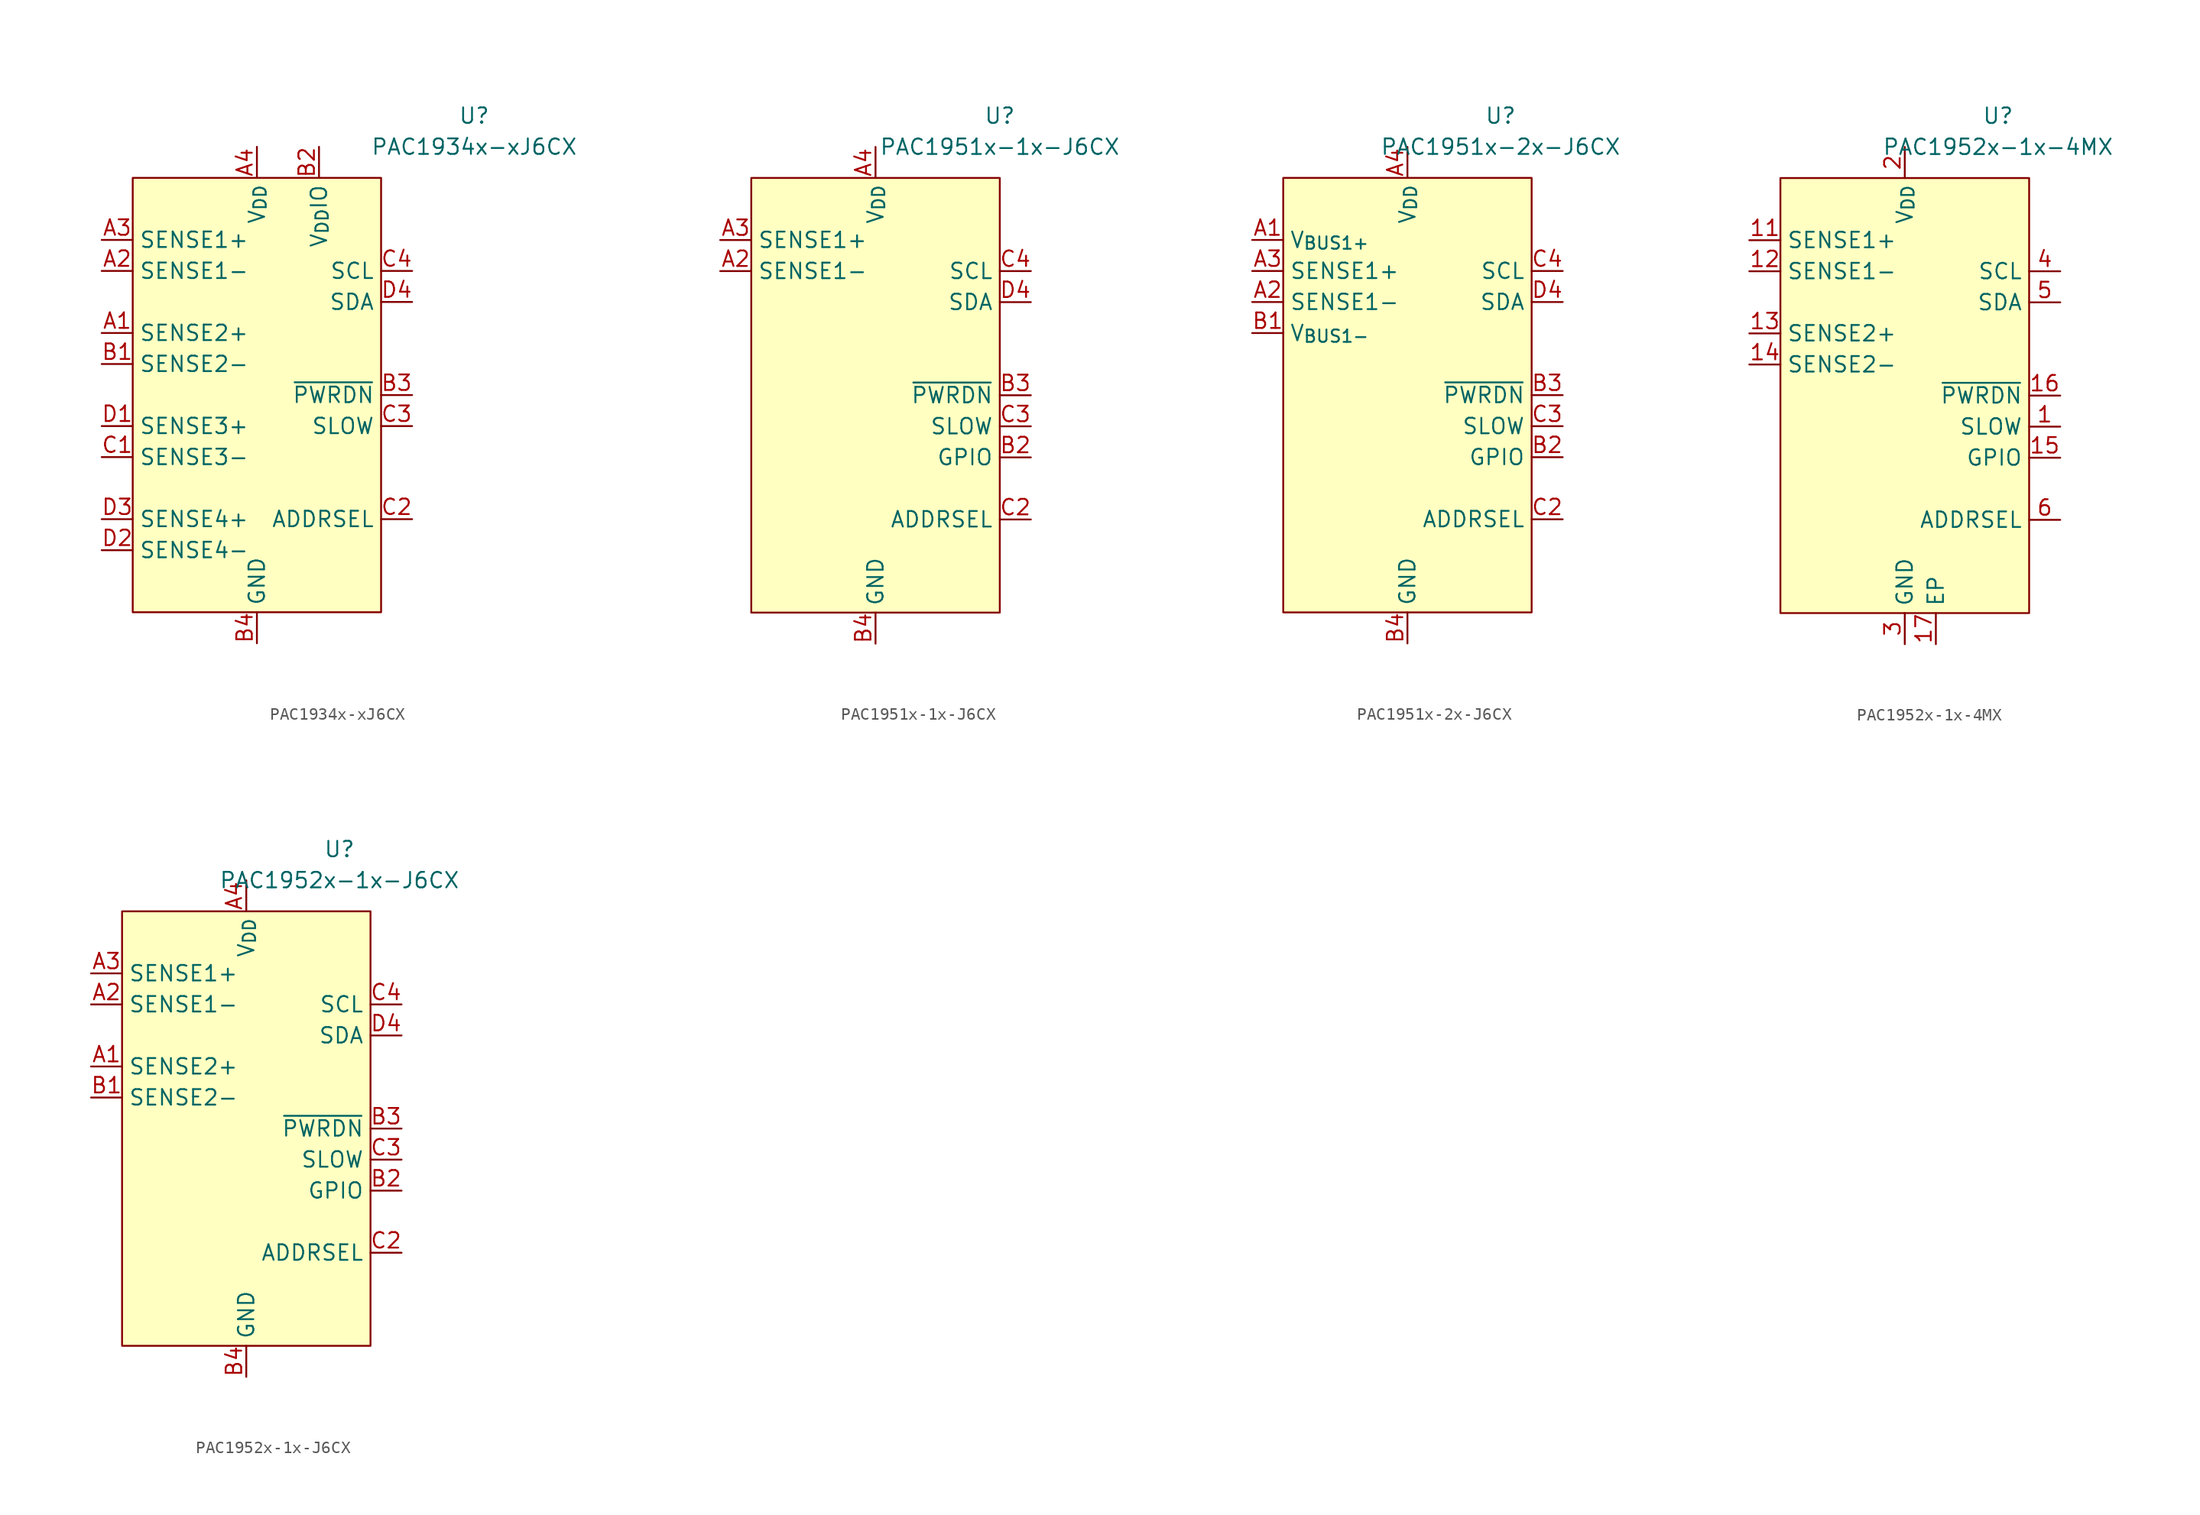
<source format=kicad_sym>
(kicad_symbol_lib
  (version 20220914)
  (generator kicad_symbol_editor)
  (symbol "PAC1934x-xJ6CX"
    (property "Reference" "U"
      (at 17.78 22.86 0)
      (effects (font (size 1.27 1.27))))
    (property "Value" "PAC1934x-xJ6CX"
      (at 17.78 20.32 0)
      (effects (font (size 1.27 1.27))))
    (symbol "PAC1934x-xJ6CX_0_0"
      (pin input line (at -12.7 5.08 0) (length 2.54) (name "SENSE2+" (effects (font (size 1.27 1.27)))) (number "A1" (effects (font (size 1.27 1.27)))))
      (pin input line (at -12.7 10.16 0) (length 2.54) (name "SENSE1-" (effects (font (size 1.27 1.27)))) (number "A2" (effects (font (size 1.27 1.27)))))
      (pin input line (at -12.7 12.7 0) (length 2.54) (name "SENSE1+" (effects (font (size 1.27 1.27)))) (number "A3" (effects (font (size 1.27 1.27)))))
      (pin power_in line (at 0 20.32 270) (length 2.54) (name "V_{DD}" (effects (font (size 1.27 1.27)))) (number "A4" (effects (font (size 1.27 1.27)))))
      (pin input line (at -12.7 2.54 0) (length 2.54) (name "SENSE2-" (effects (font (size 1.27 1.27)))) (number "B1" (effects (font (size 1.27 1.27)))))
      (pin input line (at 5.08 20.32 270) (length 2.54) (name "V_{DD}IO" (effects (font (size 1.27 1.27)))) (number "B2" (effects (font (size 1.27 1.27)))))
      (pin input line (at 12.7 0 180) (length 2.54) (name "~{PWRDN}" (effects (font (size 1.27 1.27)))) (number "B3" (effects (font (size 1.27 1.27)))))
      (pin power_in line (at 0 -20.32 90) (length 2.54) (name "GND" (effects (font (size 1.27 1.27)))) (number "B4" (effects (font (size 1.27 1.27)))))
      (pin input line (at -12.7 -5.08 0) (length 2.54) (name "SENSE3-" (effects (font (size 1.27 1.27)))) (number "C1" (effects (font (size 1.27 1.27)))))
      (pin passive line (at 12.7 -10.16 180) (length 2.54) (name "ADDRSEL" (effects (font (size 1.27 1.27)))) (number "C2" (effects (font (size 1.27 1.27)))))
      (pin input line (at 12.7 -2.54 180) (length 2.54) (name "SLOW" (effects (font (size 1.27 1.27)))) (number "C3" (effects (font (size 1.27 1.27)))) (alternate "~{ALERT1}" open_collector line))
      (pin input line (at 12.7 10.16 180) (length 2.54) (name "SCL" (effects (font (size 1.27 1.27)))) (number "C4" (effects (font (size 1.27 1.27)))) (alternate "SM_CLK" input line))
      (pin input line (at -12.7 -2.54 0) (length 2.54) (name "SENSE3+" (effects (font (size 1.27 1.27)))) (number "D1" (effects (font (size 1.27 1.27)))))
      (pin input line (at -12.7 -12.7 0) (length 2.54) (name "SENSE4-" (effects (font (size 1.27 1.27)))) (number "D2" (effects (font (size 1.27 1.27)))))
      (pin input line (at -12.7 -10.16 0) (length 2.54) (name "SENSE4+" (effects (font (size 1.27 1.27)))) (number "D3" (effects (font (size 1.27 1.27)))))
      (pin bidirectional line (at 12.7 7.62 180) (length 2.54) (name "SDA" (effects (font (size 1.27 1.27)))) (number "D4" (effects (font (size 1.27 1.27)))) (alternate "SM_DATA" bidirectional line)))
    (symbol "PAC1934x-xJ6CX_0_1"
      (rectangle (start -10.16 17.78) (end 10.16 -17.78) (stroke (width 0) (type default)) (fill (type background)))))
  (symbol "PAC1951x-1x-J6CX"
    (property "Reference" "U"
      (at 10.16 22.86 0)
      (effects (font (size 1.27 1.27))))
    (property "Value" "PAC1951x-1x-J6CX"
      (at 10.16 20.32 0)
      (effects (font (size 1.27 1.27))))
    (symbol "PAC1951x-1x-J6CX_0_0"
      (pin passive line (at 0 -20.32 90) (length 2.54) hide (name "GND" (effects (font (size 1.27 1.27)))) (number "A1" (effects (font (size 1.27 1.27)))))
      (pin input line (at -12.7 10.16 0) (length 2.54) (name "SENSE1-" (effects (font (size 1.27 1.27)))) (number "A2" (effects (font (size 1.27 1.27)))))
      (pin input line (at -12.7 12.7 0) (length 2.54) (name "SENSE1+" (effects (font (size 1.27 1.27)))) (number "A3" (effects (font (size 1.27 1.27)))))
      (pin power_in line (at 0 20.32 270) (length 2.54) (name "V_{DD}" (effects (font (size 1.27 1.27)))) (number "A4" (effects (font (size 1.27 1.27)))))
      (pin passive line (at 0 -20.32 90) (length 2.54) hide (name "GND" (effects (font (size 1.27 1.27)))) (number "B1" (effects (font (size 1.27 1.27)))))
      (pin bidirectional line (at 12.7 -5.08 180) (length 2.54) (name "GPIO" (effects (font (size 1.27 1.27)))) (number "B2" (effects (font (size 1.27 1.27)))) (alternate "~{ALERT2}" open_collector line))
      (pin input line (at 12.7 0 180) (length 2.54) (name "~{PWRDN}" (effects (font (size 1.27 1.27)))) (number "B3" (effects (font (size 1.27 1.27)))))
      (pin power_in line (at 0 -20.32 90) (length 2.54) (name "GND" (effects (font (size 1.27 1.27)))) (number "B4" (effects (font (size 1.27 1.27)))))
      (pin passive line (at 0 -20.32 90) (length 2.54) hide (name "GND" (effects (font (size 1.27 1.27)))) (number "C1" (effects (font (size 1.27 1.27)))))
      (pin passive line (at 12.7 -10.16 180) (length 2.54) (name "ADDRSEL" (effects (font (size 1.27 1.27)))) (number "C2" (effects (font (size 1.27 1.27)))))
      (pin input line (at 12.7 -2.54 180) (length 2.54) (name "SLOW" (effects (font (size 1.27 1.27)))) (number "C3" (effects (font (size 1.27 1.27)))) (alternate "GPIO" bidirectional line) (alternate "~{ALERT1}" open_collector line))
      (pin input line (at 12.7 10.16 180) (length 2.54) (name "SCL" (effects (font (size 1.27 1.27)))) (number "C4" (effects (font (size 1.27 1.27)))) (alternate "SM_CLK" input line))
      (pin passive line (at 0 -20.32 90) (length 2.54) hide (name "GND" (effects (font (size 1.27 1.27)))) (number "D1" (effects (font (size 1.27 1.27)))))
      (pin passive line (at 0 -20.32 90) (length 2.54) hide (name "GND" (effects (font (size 1.27 1.27)))) (number "D2" (effects (font (size 1.27 1.27)))))
      (pin passive line (at 0 -20.32 90) (length 2.54) hide (name "GND" (effects (font (size 1.27 1.27)))) (number "D3" (effects (font (size 1.27 1.27)))))
      (pin bidirectional line (at 12.7 7.62 180) (length 2.54) (name "SDA" (effects (font (size 1.27 1.27)))) (number "D4" (effects (font (size 1.27 1.27)))) (alternate "SM_DATA" bidirectional line)))
    (symbol "PAC1951x-1x-J6CX_0_1"
      (rectangle (start -10.16 17.78) (end 10.16 -17.78) (stroke (width 0) (type default)) (fill (type background)))))
  (symbol "PAC1951x-2x-J6CX"
    (property "Reference" "U"
      (at 7.62 22.86 0)
      (effects (font (size 1.27 1.27))))
    (property "Value" "PAC1951x-2x-J6CX"
      (at 7.62 20.32 0)
      (effects (font (size 1.27 1.27))))
    (symbol "PAC1951x-2x-J6CX_0_0"
      (pin input line (at -12.7 12.7 0) (length 2.54) (name "V_{BUS1+}" (effects (font (size 1.27 1.27)))) (number "A1" (effects (font (size 1.27 1.27)))))
      (pin input line (at -12.7 7.62 0) (length 2.54) (name "SENSE1-" (effects (font (size 1.27 1.27)))) (number "A2" (effects (font (size 1.27 1.27)))))
      (pin input line (at -12.7 10.16 0) (length 2.54) (name "SENSE1+" (effects (font (size 1.27 1.27)))) (number "A3" (effects (font (size 1.27 1.27)))))
      (pin power_in line (at 0 20.32 270) (length 2.54) (name "V_{DD}" (effects (font (size 1.27 1.27)))) (number "A4" (effects (font (size 1.27 1.27)))))
      (pin input line (at -12.7 5.08 0) (length 2.54) (name "V_{BUS1-}" (effects (font (size 1.27 1.27)))) (number "B1" (effects (font (size 1.27 1.27)))))
      (pin bidirectional line (at 12.7 -5.08 180) (length 2.54) (name "GPIO" (effects (font (size 1.27 1.27)))) (number "B2" (effects (font (size 1.27 1.27)))) (alternate "~{ALERT2}" open_collector line))
      (pin input line (at 12.7 0 180) (length 2.54) (name "~{PWRDN}" (effects (font (size 1.27 1.27)))) (number "B3" (effects (font (size 1.27 1.27)))))
      (pin power_in line (at 0 -20.32 90) (length 2.54) (name "GND" (effects (font (size 1.27 1.27)))) (number "B4" (effects (font (size 1.27 1.27)))))
      (pin passive line (at 0 -20.32 90) (length 2.54) hide (name "GND" (effects (font (size 1.27 1.27)))) (number "C1" (effects (font (size 1.27 1.27)))))
      (pin passive line (at 12.7 -10.16 180) (length 2.54) (name "ADDRSEL" (effects (font (size 1.27 1.27)))) (number "C2" (effects (font (size 1.27 1.27)))))
      (pin input line (at 12.7 -2.54 180) (length 2.54) (name "SLOW" (effects (font (size 1.27 1.27)))) (number "C3" (effects (font (size 1.27 1.27)))) (alternate "GPIO" bidirectional line) (alternate "~{ALERT1}" open_collector line))
      (pin input line (at 12.7 10.16 180) (length 2.54) (name "SCL" (effects (font (size 1.27 1.27)))) (number "C4" (effects (font (size 1.27 1.27)))) (alternate "SM_CLK" input line))
      (pin passive line (at 0 -20.32 90) (length 2.54) hide (name "GND" (effects (font (size 1.27 1.27)))) (number "D1" (effects (font (size 1.27 1.27)))))
      (pin passive line (at 0 -20.32 90) (length 2.54) hide (name "GND" (effects (font (size 1.27 1.27)))) (number "D2" (effects (font (size 1.27 1.27)))))
      (pin passive line (at 0 -20.32 90) (length 2.54) hide (name "GND" (effects (font (size 1.27 1.27)))) (number "D3" (effects (font (size 1.27 1.27)))))
      (pin bidirectional line (at 12.7 7.62 180) (length 2.54) (name "SDA" (effects (font (size 1.27 1.27)))) (number "D4" (effects (font (size 1.27 1.27)))) (alternate "SM_DATA" bidirectional line)))
    (symbol "PAC1951x-2x-J6CX_0_1"
      (rectangle (start -10.16 17.78) (end 10.16 -17.78) (stroke (width 0) (type default)) (fill (type background)))))
  (symbol "PAC1952x-1x-4MX"
    (property "Reference" "U"
      (at 7.62 22.86 0)
      (effects (font (size 1.27 1.27))))
    (property "Value" "PAC1952x-1x-4MX"
      (at 7.62 20.32 0)
      (effects (font (size 1.27 1.27))))
    (symbol "PAC1952x-1x-4MX_0_0"
      (pin input line (at 12.7 -2.54 180) (length 2.54) (name "SLOW" (effects (font (size 1.27 1.27)))) (number "1" (effects (font (size 1.27 1.27)))) (alternate "GPIO" bidirectional line) (alternate "~{ALERT1}" open_collector line))
      (pin passive line (at 0 -20.32 90) (length 2.54) hide (name "GND" (effects (font (size 1.27 1.27)))) (number "10" (effects (font (size 1.27 1.27)))))
      (pin input line (at -12.7 12.7 0) (length 2.54) (name "SENSE1+" (effects (font (size 1.27 1.27)))) (number "11" (effects (font (size 1.27 1.27)))))
      (pin input line (at -12.7 10.16 0) (length 2.54) (name "SENSE1-" (effects (font (size 1.27 1.27)))) (number "12" (effects (font (size 1.27 1.27)))))
      (pin input line (at -12.7 5.08 0) (length 2.54) (name "SENSE2+" (effects (font (size 1.27 1.27)))) (number "13" (effects (font (size 1.27 1.27)))))
      (pin input line (at -12.7 2.54 0) (length 2.54) (name "SENSE2-" (effects (font (size 1.27 1.27)))) (number "14" (effects (font (size 1.27 1.27)))))
      (pin bidirectional line (at 12.7 -5.08 180) (length 2.54) (name "GPIO" (effects (font (size 1.27 1.27)))) (number "15" (effects (font (size 1.27 1.27)))) (alternate "~{ALERT2}" open_collector line))
      (pin input line (at 12.7 0 180) (length 2.54) (name "~{PWRDN}" (effects (font (size 1.27 1.27)))) (number "16" (effects (font (size 1.27 1.27)))))
      (pin passive line (at 2.54 -20.32 90) (length 2.54) (name "EP" (effects (font (size 1.27 1.27)))) (number "17" (effects (font (size 1.27 1.27)))))
      (pin power_in line (at 0 20.32 270) (length 2.54) (name "V_{DD}" (effects (font (size 1.27 1.27)))) (number "2" (effects (font (size 1.27 1.27)))))
      (pin power_in line (at 0 -20.32 90) (length 2.54) (name "GND" (effects (font (size 1.27 1.27)))) (number "3" (effects (font (size 1.27 1.27)))))
      (pin input line (at 12.7 10.16 180) (length 2.54) (name "SCL" (effects (font (size 1.27 1.27)))) (number "4" (effects (font (size 1.27 1.27)))) (alternate "SM_CLK" input line))
      (pin bidirectional line (at 12.7 7.62 180) (length 2.54) (name "SDA" (effects (font (size 1.27 1.27)))) (number "5" (effects (font (size 1.27 1.27)))) (alternate "SM_DATA" bidirectional line))
      (pin passive line (at 12.7 -10.16 180) (length 2.54) (name "ADDRSEL" (effects (font (size 1.27 1.27)))) (number "6" (effects (font (size 1.27 1.27)))))
      (pin passive line (at 0 -20.32 90) (length 2.54) hide (name "GND" (effects (font (size 1.27 1.27)))) (number "7" (effects (font (size 1.27 1.27)))))
      (pin passive line (at 0 -20.32 90) (length 2.54) hide (name "GND" (effects (font (size 1.27 1.27)))) (number "8" (effects (font (size 1.27 1.27)))))
      (pin passive line (at 0 -20.32 90) (length 2.54) hide (name "GND" (effects (font (size 1.27 1.27)))) (number "9" (effects (font (size 1.27 1.27))))))
    (symbol "PAC1952x-1x-4MX_0_1"
      (rectangle (start -10.16 17.78) (end 10.16 -17.78) (stroke (width 0) (type default)) (fill (type background)))))
  (symbol "PAC1952x-1x-J6CX"
    (property "Reference" "U"
      (at 7.62 22.86 0)
      (effects (font (size 1.27 1.27))))
    (property "Value" "PAC1952x-1x-J6CX"
      (at 7.62 20.32 0)
      (effects (font (size 1.27 1.27))))
    (symbol "PAC1952x-1x-J6CX_0_0"
      (pin input line (at -12.7 5.08 0) (length 2.54) (name "SENSE2+" (effects (font (size 1.27 1.27)))) (number "A1" (effects (font (size 1.27 1.27)))))
      (pin input line (at -12.7 10.16 0) (length 2.54) (name "SENSE1-" (effects (font (size 1.27 1.27)))) (number "A2" (effects (font (size 1.27 1.27)))))
      (pin input line (at -12.7 12.7 0) (length 2.54) (name "SENSE1+" (effects (font (size 1.27 1.27)))) (number "A3" (effects (font (size 1.27 1.27)))))
      (pin power_in line (at 0 20.32 270) (length 2.54) (name "V_{DD}" (effects (font (size 1.27 1.27)))) (number "A4" (effects (font (size 1.27 1.27)))))
      (pin input line (at -12.7 2.54 0) (length 2.54) (name "SENSE2-" (effects (font (size 1.27 1.27)))) (number "B1" (effects (font (size 1.27 1.27)))))
      (pin bidirectional line (at 12.7 -5.08 180) (length 2.54) (name "GPIO" (effects (font (size 1.27 1.27)))) (number "B2" (effects (font (size 1.27 1.27)))) (alternate "~{ALERT2}" open_collector line))
      (pin input line (at 12.7 0 180) (length 2.54) (name "~{PWRDN}" (effects (font (size 1.27 1.27)))) (number "B3" (effects (font (size 1.27 1.27)))))
      (pin power_in line (at 0 -20.32 90) (length 2.54) (name "GND" (effects (font (size 1.27 1.27)))) (number "B4" (effects (font (size 1.27 1.27)))))
      (pin passive line (at 0 -20.32 90) (length 2.54) hide (name "GND" (effects (font (size 1.27 1.27)))) (number "C1" (effects (font (size 1.27 1.27)))))
      (pin passive line (at 12.7 -10.16 180) (length 2.54) (name "ADDRSEL" (effects (font (size 1.27 1.27)))) (number "C2" (effects (font (size 1.27 1.27)))))
      (pin input line (at 12.7 -2.54 180) (length 2.54) (name "SLOW" (effects (font (size 1.27 1.27)))) (number "C3" (effects (font (size 1.27 1.27)))) (alternate "GPIO" bidirectional line) (alternate "~{ALERT1}" open_collector line))
      (pin input line (at 12.7 10.16 180) (length 2.54) (name "SCL" (effects (font (size 1.27 1.27)))) (number "C4" (effects (font (size 1.27 1.27)))) (alternate "SM_CLK" input line))
      (pin passive line (at 0 -20.32 90) (length 2.54) hide (name "GND" (effects (font (size 1.27 1.27)))) (number "D1" (effects (font (size 1.27 1.27)))))
      (pin passive line (at 0 -20.32 90) (length 2.54) hide (name "GND" (effects (font (size 1.27 1.27)))) (number "D2" (effects (font (size 1.27 1.27)))))
      (pin passive line (at 0 -20.32 90) (length 2.54) hide (name "GND" (effects (font (size 1.27 1.27)))) (number "D3" (effects (font (size 1.27 1.27)))))
      (pin bidirectional line (at 12.7 7.62 180) (length 2.54) (name "SDA" (effects (font (size 1.27 1.27)))) (number "D4" (effects (font (size 1.27 1.27)))) (alternate "SM_DATA" bidirectional line)))
    (symbol "PAC1952x-1x-J6CX_0_1"
      (rectangle (start -10.16 17.78) (end 10.16 -17.78) (stroke (width 0) (type default)) (fill (type background))))))
</source>
